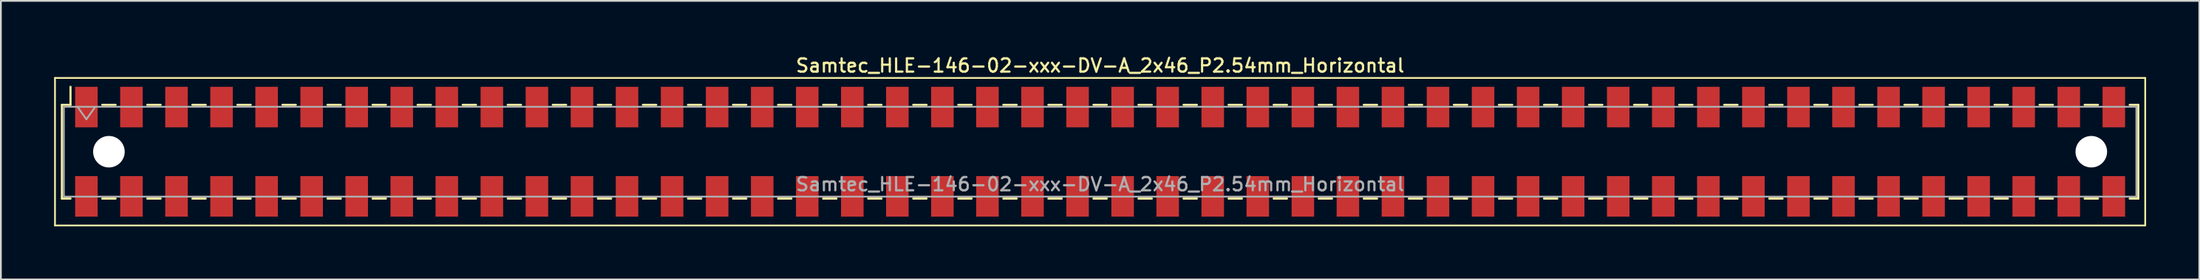
<source format=kicad_pcb>
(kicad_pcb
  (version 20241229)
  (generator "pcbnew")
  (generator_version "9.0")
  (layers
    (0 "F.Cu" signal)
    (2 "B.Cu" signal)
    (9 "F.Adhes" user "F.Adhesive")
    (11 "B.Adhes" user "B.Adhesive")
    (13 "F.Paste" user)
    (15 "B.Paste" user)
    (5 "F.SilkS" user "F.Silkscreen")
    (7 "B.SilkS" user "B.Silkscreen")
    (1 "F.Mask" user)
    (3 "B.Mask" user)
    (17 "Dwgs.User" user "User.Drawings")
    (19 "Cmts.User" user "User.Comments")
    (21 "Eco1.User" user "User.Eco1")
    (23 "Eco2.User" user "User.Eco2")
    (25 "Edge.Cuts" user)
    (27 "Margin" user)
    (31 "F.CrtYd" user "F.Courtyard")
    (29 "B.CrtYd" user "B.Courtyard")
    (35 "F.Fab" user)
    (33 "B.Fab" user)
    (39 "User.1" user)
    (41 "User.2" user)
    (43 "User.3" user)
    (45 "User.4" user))
  (footprint "Samtec_HLE-146-02-xxx-DV-A_2x46_P2.54mm_Horizontal"
    (layer "F.Cu")
    (at 58.97 5.528)
    (property "Reference" "Samtec_HLE-146-02-xxx-DV-A_2x46_P2.54mm_Horizontal" (at 0 -4.87 0) (layer "F.SilkS") (effects (font (size 0.75 0.75) (thickness 0.125))))
    (attr smd)
    (fp_line (start -58.92 -4.17) (end 58.92 -4.17) (stroke (width 0.1) (type solid)) (layer "F.SilkS"))
    (fp_line (start -58.92 4.17) (end -58.92 -4.17) (stroke (width 0.1) (type solid)) (layer "F.SilkS"))
    (fp_line (start -58.53 -2.65) (end -58.53 2.65) (stroke (width 0.12) (type solid)) (layer "F.SilkS"))
    (fp_line (start -58.53 2.65) (end -58.045 2.65) (stroke (width 0.12) (type solid)) (layer "F.SilkS"))
    (fp_line (start -58.045 -3.67) (end -58.045 -2.65) (stroke (width 0.12) (type solid)) (layer "F.SilkS"))
    (fp_line (start -58.045 -2.65) (end -58.53 -2.65) (stroke (width 0.12) (type solid)) (layer "F.SilkS"))
    (fp_line (start -56.255 -2.65) (end -55.505 -2.65) (stroke (width 0.12) (type solid)) (layer "F.SilkS"))
    (fp_line (start -56.255 2.65) (end -55.505 2.65) (stroke (width 0.12) (type solid)) (layer "F.SilkS"))
    (fp_line (start -53.715 -2.65) (end -52.965 -2.65) (stroke (width 0.12) (type solid)) (layer "F.SilkS"))
    (fp_line (start -53.715 2.65) (end -52.965 2.65) (stroke (width 0.12) (type solid)) (layer "F.SilkS"))
    (fp_line (start -51.175 -2.65) (end -50.425 -2.65) (stroke (width 0.12) (type solid)) (layer "F.SilkS"))
    (fp_line (start -51.175 2.65) (end -50.425 2.65) (stroke (width 0.12) (type solid)) (layer "F.SilkS"))
    (fp_line (start -48.635 -2.65) (end -47.885 -2.65) (stroke (width 0.12) (type solid)) (layer "F.SilkS"))
    (fp_line (start -48.635 2.65) (end -47.885 2.65) (stroke (width 0.12) (type solid)) (layer "F.SilkS"))
    (fp_line (start -46.095 -2.65) (end -45.345 -2.65) (stroke (width 0.12) (type solid)) (layer "F.SilkS"))
    (fp_line (start -46.095 2.65) (end -45.345 2.65) (stroke (width 0.12) (type solid)) (layer "F.SilkS"))
    (fp_line (start -43.555 -2.65) (end -42.805 -2.65) (stroke (width 0.12) (type solid)) (layer "F.SilkS"))
    (fp_line (start -43.555 2.65) (end -42.805 2.65) (stroke (width 0.12) (type solid)) (layer "F.SilkS"))
    (fp_line (start -41.015 -2.65) (end -40.265 -2.65) (stroke (width 0.12) (type solid)) (layer "F.SilkS"))
    (fp_line (start -41.015 2.65) (end -40.265 2.65) (stroke (width 0.12) (type solid)) (layer "F.SilkS"))
    (fp_line (start -38.475 -2.65) (end -37.725 -2.65) (stroke (width 0.12) (type solid)) (layer "F.SilkS"))
    (fp_line (start -38.475 2.65) (end -37.725 2.65) (stroke (width 0.12) (type solid)) (layer "F.SilkS"))
    (fp_line (start -35.935 -2.65) (end -35.185 -2.65) (stroke (width 0.12) (type solid)) (layer "F.SilkS"))
    (fp_line (start -35.935 2.65) (end -35.185 2.65) (stroke (width 0.12) (type solid)) (layer "F.SilkS"))
    (fp_line (start -33.395 -2.65) (end -32.645 -2.65) (stroke (width 0.12) (type solid)) (layer "F.SilkS"))
    (fp_line (start -33.395 2.65) (end -32.645 2.65) (stroke (width 0.12) (type solid)) (layer "F.SilkS"))
    (fp_line (start -30.855 -2.65) (end -30.105 -2.65) (stroke (width 0.12) (type solid)) (layer "F.SilkS"))
    (fp_line (start -30.855 2.65) (end -30.105 2.65) (stroke (width 0.12) (type solid)) (layer "F.SilkS"))
    (fp_line (start -28.315 -2.65) (end -27.565 -2.65) (stroke (width 0.12) (type solid)) (layer "F.SilkS"))
    (fp_line (start -28.315 2.65) (end -27.565 2.65) (stroke (width 0.12) (type solid)) (layer "F.SilkS"))
    (fp_line (start -25.775 -2.65) (end -25.025 -2.65) (stroke (width 0.12) (type solid)) (layer "F.SilkS"))
    (fp_line (start -25.775 2.65) (end -25.025 2.65) (stroke (width 0.12) (type solid)) (layer "F.SilkS"))
    (fp_line (start -23.235 -2.65) (end -22.485 -2.65) (stroke (width 0.12) (type solid)) (layer "F.SilkS"))
    (fp_line (start -23.235 2.65) (end -22.485 2.65) (stroke (width 0.12) (type solid)) (layer "F.SilkS"))
    (fp_line (start -20.695 -2.65) (end -19.945 -2.65) (stroke (width 0.12) (type solid)) (layer "F.SilkS"))
    (fp_line (start -20.695 2.65) (end -19.945 2.65) (stroke (width 0.12) (type solid)) (layer "F.SilkS"))
    (fp_line (start -18.155 -2.65) (end -17.405 -2.65) (stroke (width 0.12) (type solid)) (layer "F.SilkS"))
    (fp_line (start -18.155 2.65) (end -17.405 2.65) (stroke (width 0.12) (type solid)) (layer "F.SilkS"))
    (fp_line (start -15.615 -2.65) (end -14.865 -2.65) (stroke (width 0.12) (type solid)) (layer "F.SilkS"))
    (fp_line (start -15.615 2.65) (end -14.865 2.65) (stroke (width 0.12) (type solid)) (layer "F.SilkS"))
    (fp_line (start -13.075 -2.65) (end -12.325 -2.65) (stroke (width 0.12) (type solid)) (layer "F.SilkS"))
    (fp_line (start -13.075 2.65) (end -12.325 2.65) (stroke (width 0.12) (type solid)) (layer "F.SilkS"))
    (fp_line (start -10.535 -2.65) (end -9.785 -2.65) (stroke (width 0.12) (type solid)) (layer "F.SilkS"))
    (fp_line (start -10.535 2.65) (end -9.785 2.65) (stroke (width 0.12) (type solid)) (layer "F.SilkS"))
    (fp_line (start -7.995 -2.65) (end -7.245 -2.65) (stroke (width 0.12) (type solid)) (layer "F.SilkS"))
    (fp_line (start -7.995 2.65) (end -7.245 2.65) (stroke (width 0.12) (type solid)) (layer "F.SilkS"))
    (fp_line (start -5.455 -2.65) (end -4.705 -2.65) (stroke (width 0.12) (type solid)) (layer "F.SilkS"))
    (fp_line (start -5.455 2.65) (end -4.705 2.65) (stroke (width 0.12) (type solid)) (layer "F.SilkS"))
    (fp_line (start -2.915 -2.65) (end -2.165 -2.65) (stroke (width 0.12) (type solid)) (layer "F.SilkS"))
    (fp_line (start -2.915 2.65) (end -2.165 2.65) (stroke (width 0.12) (type solid)) (layer "F.SilkS"))
    (fp_line (start -0.375 -2.65) (end 0.375 -2.65) (stroke (width 0.12) (type solid)) (layer "F.SilkS"))
    (fp_line (start -0.375 2.65) (end 0.375 2.65) (stroke (width 0.12) (type solid)) (layer "F.SilkS"))
    (fp_line (start 2.165 -2.65) (end 2.915 -2.65) (stroke (width 0.12) (type solid)) (layer "F.SilkS"))
    (fp_line (start 2.165 2.65) (end 2.915 2.65) (stroke (width 0.12) (type solid)) (layer "F.SilkS"))
    (fp_line (start 4.705 -2.65) (end 5.455 -2.65) (stroke (width 0.12) (type solid)) (layer "F.SilkS"))
    (fp_line (start 4.705 2.65) (end 5.455 2.65) (stroke (width 0.12) (type solid)) (layer "F.SilkS"))
    (fp_line (start 7.245 -2.65) (end 7.995 -2.65) (stroke (width 0.12) (type solid)) (layer "F.SilkS"))
    (fp_line (start 7.245 2.65) (end 7.995 2.65) (stroke (width 0.12) (type solid)) (layer "F.SilkS"))
    (fp_line (start 9.785 -2.65) (end 10.535 -2.65) (stroke (width 0.12) (type solid)) (layer "F.SilkS"))
    (fp_line (start 9.785 2.65) (end 10.535 2.65) (stroke (width 0.12) (type solid)) (layer "F.SilkS"))
    (fp_line (start 12.325 -2.65) (end 13.075 -2.65) (stroke (width 0.12) (type solid)) (layer "F.SilkS"))
    (fp_line (start 12.325 2.65) (end 13.075 2.65) (stroke (width 0.12) (type solid)) (layer "F.SilkS"))
    (fp_line (start 14.865 -2.65) (end 15.615 -2.65) (stroke (width 0.12) (type solid)) (layer "F.SilkS"))
    (fp_line (start 14.865 2.65) (end 15.615 2.65) (stroke (width 0.12) (type solid)) (layer "F.SilkS"))
    (fp_line (start 17.405 -2.65) (end 18.155 -2.65) (stroke (width 0.12) (type solid)) (layer "F.SilkS"))
    (fp_line (start 17.405 2.65) (end 18.155 2.65) (stroke (width 0.12) (type solid)) (layer "F.SilkS"))
    (fp_line (start 19.945 -2.65) (end 20.695 -2.65) (stroke (width 0.12) (type solid)) (layer "F.SilkS"))
    (fp_line (start 19.945 2.65) (end 20.695 2.65) (stroke (width 0.12) (type solid)) (layer "F.SilkS"))
    (fp_line (start 22.485 -2.65) (end 23.235 -2.65) (stroke (width 0.12) (type solid)) (layer "F.SilkS"))
    (fp_line (start 22.485 2.65) (end 23.235 2.65) (stroke (width 0.12) (type solid)) (layer "F.SilkS"))
    (fp_line (start 25.025 -2.65) (end 25.775 -2.65) (stroke (width 0.12) (type solid)) (layer "F.SilkS"))
    (fp_line (start 25.025 2.65) (end 25.775 2.65) (stroke (width 0.12) (type solid)) (layer "F.SilkS"))
    (fp_line (start 27.565 -2.65) (end 28.315 -2.65) (stroke (width 0.12) (type solid)) (layer "F.SilkS"))
    (fp_line (start 27.565 2.65) (end 28.315 2.65) (stroke (width 0.12) (type solid)) (layer "F.SilkS"))
    (fp_line (start 30.105 -2.65) (end 30.855 -2.65) (stroke (width 0.12) (type solid)) (layer "F.SilkS"))
    (fp_line (start 30.105 2.65) (end 30.855 2.65) (stroke (width 0.12) (type solid)) (layer "F.SilkS"))
    (fp_line (start 32.645 -2.65) (end 33.395 -2.65) (stroke (width 0.12) (type solid)) (layer "F.SilkS"))
    (fp_line (start 32.645 2.65) (end 33.395 2.65) (stroke (width 0.12) (type solid)) (layer "F.SilkS"))
    (fp_line (start 35.185 -2.65) (end 35.935 -2.65) (stroke (width 0.12) (type solid)) (layer "F.SilkS"))
    (fp_line (start 35.185 2.65) (end 35.935 2.65) (stroke (width 0.12) (type solid)) (layer "F.SilkS"))
    (fp_line (start 37.725 -2.65) (end 38.475 -2.65) (stroke (width 0.12) (type solid)) (layer "F.SilkS"))
    (fp_line (start 37.725 2.65) (end 38.475 2.65) (stroke (width 0.12) (type solid)) (layer "F.SilkS"))
    (fp_line (start 40.265 -2.65) (end 41.015 -2.65) (stroke (width 0.12) (type solid)) (layer "F.SilkS"))
    (fp_line (start 40.265 2.65) (end 41.015 2.65) (stroke (width 0.12) (type solid)) (layer "F.SilkS"))
    (fp_line (start 42.805 -2.65) (end 43.555 -2.65) (stroke (width 0.12) (type solid)) (layer "F.SilkS"))
    (fp_line (start 42.805 2.65) (end 43.555 2.65) (stroke (width 0.12) (type solid)) (layer "F.SilkS"))
    (fp_line (start 45.345 -2.65) (end 46.095 -2.65) (stroke (width 0.12) (type solid)) (layer "F.SilkS"))
    (fp_line (start 45.345 2.65) (end 46.095 2.65) (stroke (width 0.12) (type solid)) (layer "F.SilkS"))
    (fp_line (start 47.885 -2.65) (end 48.635 -2.65) (stroke (width 0.12) (type solid)) (layer "F.SilkS"))
    (fp_line (start 47.885 2.65) (end 48.635 2.65) (stroke (width 0.12) (type solid)) (layer "F.SilkS"))
    (fp_line (start 50.425 -2.65) (end 51.175 -2.65) (stroke (width 0.12) (type solid)) (layer "F.SilkS"))
    (fp_line (start 50.425 2.65) (end 51.175 2.65) (stroke (width 0.12) (type solid)) (layer "F.SilkS"))
    (fp_line (start 52.965 -2.65) (end 53.715 -2.65) (stroke (width 0.12) (type solid)) (layer "F.SilkS"))
    (fp_line (start 52.965 2.65) (end 53.715 2.65) (stroke (width 0.12) (type solid)) (layer "F.SilkS"))
    (fp_line (start 55.505 -2.65) (end 56.255 -2.65) (stroke (width 0.12) (type solid)) (layer "F.SilkS"))
    (fp_line (start 55.505 2.65) (end 56.255 2.65) (stroke (width 0.12) (type solid)) (layer "F.SilkS"))
    (fp_line (start 58.045 -2.65) (end 58.53 -2.65) (stroke (width 0.12) (type solid)) (layer "F.SilkS"))
    (fp_line (start 58.53 -2.65) (end 58.53 2.65) (stroke (width 0.12) (type solid)) (layer "F.SilkS"))
    (fp_line (start 58.53 2.65) (end 58.045 2.65) (stroke (width 0.12) (type solid)) (layer "F.SilkS"))
    (fp_line (start 58.92 -4.17) (end 58.92 4.17) (stroke (width 0.1) (type solid)) (layer "F.SilkS"))
    (fp_line (start 58.92 4.17) (end -58.92 4.17) (stroke (width 0.1) (type solid)) (layer "F.SilkS"))
    (fp_line (start -58.42 -2.54) (end 58.42 -2.54) (stroke (width 0.1) (type solid)) (layer "F.Fab"))
    (fp_line (start -58.42 2.54) (end -58.42 -2.54) (stroke (width 0.1) (type solid)) (layer "F.Fab"))
    (fp_line (start -57.65 -2.54) (end -57.15 -1.833) (stroke (width 0.1) (type solid)) (layer "F.Fab"))
    (fp_line (start -57.15 -1.833) (end -56.65 -2.54) (stroke (width 0.1) (type solid)) (layer "F.Fab"))
    (fp_line (start 58.42 -2.54) (end 58.42 2.54) (stroke (width 0.1) (type solid)) (layer "F.Fab"))
    (fp_line (start 58.42 2.54) (end -58.42 2.54) (stroke (width 0.1) (type solid)) (layer "F.Fab"))
    (fp_text user "${REFERENCE}" (at 0 1.84 0) (layer "F.Fab") (effects (font (size 0.75 0.75) (thickness 0.125))))
    (pad "" np_thru_hole circle (at -55.88 0) (size 1.78 1.78) (drill 1.78) (layers "*.Cu" "*.Mask"))
    (pad "" np_thru_hole circle (at 55.88 0) (size 1.78 1.78) (drill 1.78) (layers "*.Cu" "*.Mask"))
    (pad "1" smd rect (at -57.15 -2.525) (size 1.27 2.29) (layers "F.Cu" "F.Mask" "F.Paste"))
    (pad "2" smd rect (at -57.15 2.525) (size 1.27 2.29) (layers "F.Cu" "F.Mask" "F.Paste"))
    (pad "3" smd rect (at -54.61 -2.525) (size 1.27 2.29) (layers "F.Cu" "F.Mask" "F.Paste"))
    (pad "4" smd rect (at -54.61 2.525) (size 1.27 2.29) (layers "F.Cu" "F.Mask" "F.Paste"))
    (pad "5" smd rect (at -52.07 -2.525) (size 1.27 2.29) (layers "F.Cu" "F.Mask" "F.Paste"))
    (pad "6" smd rect (at -52.07 2.525) (size 1.27 2.29) (layers "F.Cu" "F.Mask" "F.Paste"))
    (pad "7" smd rect (at -49.53 -2.525) (size 1.27 2.29) (layers "F.Cu" "F.Mask" "F.Paste"))
    (pad "8" smd rect (at -49.53 2.525) (size 1.27 2.29) (layers "F.Cu" "F.Mask" "F.Paste"))
    (pad "9" smd rect (at -46.99 -2.525) (size 1.27 2.29) (layers "F.Cu" "F.Mask" "F.Paste"))
    (pad "10" smd rect (at -46.99 2.525) (size 1.27 2.29) (layers "F.Cu" "F.Mask" "F.Paste"))
    (pad "11" smd rect (at -44.45 -2.525) (size 1.27 2.29) (layers "F.Cu" "F.Mask" "F.Paste"))
    (pad "12" smd rect (at -44.45 2.525) (size 1.27 2.29) (layers "F.Cu" "F.Mask" "F.Paste"))
    (pad "13" smd rect (at -41.91 -2.525) (size 1.27 2.29) (layers "F.Cu" "F.Mask" "F.Paste"))
    (pad "14" smd rect (at -41.91 2.525) (size 1.27 2.29) (layers "F.Cu" "F.Mask" "F.Paste"))
    (pad "15" smd rect (at -39.37 -2.525) (size 1.27 2.29) (layers "F.Cu" "F.Mask" "F.Paste"))
    (pad "16" smd rect (at -39.37 2.525) (size 1.27 2.29) (layers "F.Cu" "F.Mask" "F.Paste"))
    (pad "17" smd rect (at -36.83 -2.525) (size 1.27 2.29) (layers "F.Cu" "F.Mask" "F.Paste"))
    (pad "18" smd rect (at -36.83 2.525) (size 1.27 2.29) (layers "F.Cu" "F.Mask" "F.Paste"))
    (pad "19" smd rect (at -34.29 -2.525) (size 1.27 2.29) (layers "F.Cu" "F.Mask" "F.Paste"))
    (pad "20" smd rect (at -34.29 2.525) (size 1.27 2.29) (layers "F.Cu" "F.Mask" "F.Paste"))
    (pad "21" smd rect (at -31.75 -2.525) (size 1.27 2.29) (layers "F.Cu" "F.Mask" "F.Paste"))
    (pad "22" smd rect (at -31.75 2.525) (size 1.27 2.29) (layers "F.Cu" "F.Mask" "F.Paste"))
    (pad "23" smd rect (at -29.21 -2.525) (size 1.27 2.29) (layers "F.Cu" "F.Mask" "F.Paste"))
    (pad "24" smd rect (at -29.21 2.525) (size 1.27 2.29) (layers "F.Cu" "F.Mask" "F.Paste"))
    (pad "25" smd rect (at -26.67 -2.525) (size 1.27 2.29) (layers "F.Cu" "F.Mask" "F.Paste"))
    (pad "26" smd rect (at -26.67 2.525) (size 1.27 2.29) (layers "F.Cu" "F.Mask" "F.Paste"))
    (pad "27" smd rect (at -24.13 -2.525) (size 1.27 2.29) (layers "F.Cu" "F.Mask" "F.Paste"))
    (pad "28" smd rect (at -24.13 2.525) (size 1.27 2.29) (layers "F.Cu" "F.Mask" "F.Paste"))
    (pad "29" smd rect (at -21.59 -2.525) (size 1.27 2.29) (layers "F.Cu" "F.Mask" "F.Paste"))
    (pad "30" smd rect (at -21.59 2.525) (size 1.27 2.29) (layers "F.Cu" "F.Mask" "F.Paste"))
    (pad "31" smd rect (at -19.05 -2.525) (size 1.27 2.29) (layers "F.Cu" "F.Mask" "F.Paste"))
    (pad "32" smd rect (at -19.05 2.525) (size 1.27 2.29) (layers "F.Cu" "F.Mask" "F.Paste"))
    (pad "33" smd rect (at -16.51 -2.525) (size 1.27 2.29) (layers "F.Cu" "F.Mask" "F.Paste"))
    (pad "34" smd rect (at -16.51 2.525) (size 1.27 2.29) (layers "F.Cu" "F.Mask" "F.Paste"))
    (pad "35" smd rect (at -13.97 -2.525) (size 1.27 2.29) (layers "F.Cu" "F.Mask" "F.Paste"))
    (pad "36" smd rect (at -13.97 2.525) (size 1.27 2.29) (layers "F.Cu" "F.Mask" "F.Paste"))
    (pad "37" smd rect (at -11.43 -2.525) (size 1.27 2.29) (layers "F.Cu" "F.Mask" "F.Paste"))
    (pad "38" smd rect (at -11.43 2.525) (size 1.27 2.29) (layers "F.Cu" "F.Mask" "F.Paste"))
    (pad "39" smd rect (at -8.89 -2.525) (size 1.27 2.29) (layers "F.Cu" "F.Mask" "F.Paste"))
    (pad "40" smd rect (at -8.89 2.525) (size 1.27 2.29) (layers "F.Cu" "F.Mask" "F.Paste"))
    (pad "41" smd rect (at -6.35 -2.525) (size 1.27 2.29) (layers "F.Cu" "F.Mask" "F.Paste"))
    (pad "42" smd rect (at -6.35 2.525) (size 1.27 2.29) (layers "F.Cu" "F.Mask" "F.Paste"))
    (pad "43" smd rect (at -3.81 -2.525) (size 1.27 2.29) (layers "F.Cu" "F.Mask" "F.Paste"))
    (pad "44" smd rect (at -3.81 2.525) (size 1.27 2.29) (layers "F.Cu" "F.Mask" "F.Paste"))
    (pad "45" smd rect (at -1.27 -2.525) (size 1.27 2.29) (layers "F.Cu" "F.Mask" "F.Paste"))
    (pad "46" smd rect (at -1.27 2.525) (size 1.27 2.29) (layers "F.Cu" "F.Mask" "F.Paste"))
    (pad "47" smd rect (at 1.27 -2.525) (size 1.27 2.29) (layers "F.Cu" "F.Mask" "F.Paste"))
    (pad "48" smd rect (at 1.27 2.525) (size 1.27 2.29) (layers "F.Cu" "F.Mask" "F.Paste"))
    (pad "49" smd rect (at 3.81 -2.525) (size 1.27 2.29) (layers "F.Cu" "F.Mask" "F.Paste"))
    (pad "50" smd rect (at 3.81 2.525) (size 1.27 2.29) (layers "F.Cu" "F.Mask" "F.Paste"))
    (pad "51" smd rect (at 6.35 -2.525) (size 1.27 2.29) (layers "F.Cu" "F.Mask" "F.Paste"))
    (pad "52" smd rect (at 6.35 2.525) (size 1.27 2.29) (layers "F.Cu" "F.Mask" "F.Paste"))
    (pad "53" smd rect (at 8.89 -2.525) (size 1.27 2.29) (layers "F.Cu" "F.Mask" "F.Paste"))
    (pad "54" smd rect (at 8.89 2.525) (size 1.27 2.29) (layers "F.Cu" "F.Mask" "F.Paste"))
    (pad "55" smd rect (at 11.43 -2.525) (size 1.27 2.29) (layers "F.Cu" "F.Mask" "F.Paste"))
    (pad "56" smd rect (at 11.43 2.525) (size 1.27 2.29) (layers "F.Cu" "F.Mask" "F.Paste"))
    (pad "57" smd rect (at 13.97 -2.525) (size 1.27 2.29) (layers "F.Cu" "F.Mask" "F.Paste"))
    (pad "58" smd rect (at 13.97 2.525) (size 1.27 2.29) (layers "F.Cu" "F.Mask" "F.Paste"))
    (pad "59" smd rect (at 16.51 -2.525) (size 1.27 2.29) (layers "F.Cu" "F.Mask" "F.Paste"))
    (pad "60" smd rect (at 16.51 2.525) (size 1.27 2.29) (layers "F.Cu" "F.Mask" "F.Paste"))
    (pad "61" smd rect (at 19.05 -2.525) (size 1.27 2.29) (layers "F.Cu" "F.Mask" "F.Paste"))
    (pad "62" smd rect (at 19.05 2.525) (size 1.27 2.29) (layers "F.Cu" "F.Mask" "F.Paste"))
    (pad "63" smd rect (at 21.59 -2.525) (size 1.27 2.29) (layers "F.Cu" "F.Mask" "F.Paste"))
    (pad "64" smd rect (at 21.59 2.525) (size 1.27 2.29) (layers "F.Cu" "F.Mask" "F.Paste"))
    (pad "65" smd rect (at 24.13 -2.525) (size 1.27 2.29) (layers "F.Cu" "F.Mask" "F.Paste"))
    (pad "66" smd rect (at 24.13 2.525) (size 1.27 2.29) (layers "F.Cu" "F.Mask" "F.Paste"))
    (pad "67" smd rect (at 26.67 -2.525) (size 1.27 2.29) (layers "F.Cu" "F.Mask" "F.Paste"))
    (pad "68" smd rect (at 26.67 2.525) (size 1.27 2.29) (layers "F.Cu" "F.Mask" "F.Paste"))
    (pad "69" smd rect (at 29.21 -2.525) (size 1.27 2.29) (layers "F.Cu" "F.Mask" "F.Paste"))
    (pad "70" smd rect (at 29.21 2.525) (size 1.27 2.29) (layers "F.Cu" "F.Mask" "F.Paste"))
    (pad "71" smd rect (at 31.75 -2.525) (size 1.27 2.29) (layers "F.Cu" "F.Mask" "F.Paste"))
    (pad "72" smd rect (at 31.75 2.525) (size 1.27 2.29) (layers "F.Cu" "F.Mask" "F.Paste"))
    (pad "73" smd rect (at 34.29 -2.525) (size 1.27 2.29) (layers "F.Cu" "F.Mask" "F.Paste"))
    (pad "74" smd rect (at 34.29 2.525) (size 1.27 2.29) (layers "F.Cu" "F.Mask" "F.Paste"))
    (pad "75" smd rect (at 36.83 -2.525) (size 1.27 2.29) (layers "F.Cu" "F.Mask" "F.Paste"))
    (pad "76" smd rect (at 36.83 2.525) (size 1.27 2.29) (layers "F.Cu" "F.Mask" "F.Paste"))
    (pad "77" smd rect (at 39.37 -2.525) (size 1.27 2.29) (layers "F.Cu" "F.Mask" "F.Paste"))
    (pad "78" smd rect (at 39.37 2.525) (size 1.27 2.29) (layers "F.Cu" "F.Mask" "F.Paste"))
    (pad "79" smd rect (at 41.91 -2.525) (size 1.27 2.29) (layers "F.Cu" "F.Mask" "F.Paste"))
    (pad "80" smd rect (at 41.91 2.525) (size 1.27 2.29) (layers "F.Cu" "F.Mask" "F.Paste"))
    (pad "81" smd rect (at 44.45 -2.525) (size 1.27 2.29) (layers "F.Cu" "F.Mask" "F.Paste"))
    (pad "82" smd rect (at 44.45 2.525) (size 1.27 2.29) (layers "F.Cu" "F.Mask" "F.Paste"))
    (pad "83" smd rect (at 46.99 -2.525) (size 1.27 2.29) (layers "F.Cu" "F.Mask" "F.Paste"))
    (pad "84" smd rect (at 46.99 2.525) (size 1.27 2.29) (layers "F.Cu" "F.Mask" "F.Paste"))
    (pad "85" smd rect (at 49.53 -2.525) (size 1.27 2.29) (layers "F.Cu" "F.Mask" "F.Paste"))
    (pad "86" smd rect (at 49.53 2.525) (size 1.27 2.29) (layers "F.Cu" "F.Mask" "F.Paste"))
    (pad "87" smd rect (at 52.07 -2.525) (size 1.27 2.29) (layers "F.Cu" "F.Mask" "F.Paste"))
    (pad "88" smd rect (at 52.07 2.525) (size 1.27 2.29) (layers "F.Cu" "F.Mask" "F.Paste"))
    (pad "89" smd rect (at 54.61 -2.525) (size 1.27 2.29) (layers "F.Cu" "F.Mask" "F.Paste"))
    (pad "90" smd rect (at 54.61 2.525) (size 1.27 2.29) (layers "F.Cu" "F.Mask" "F.Paste"))
    (pad "91" smd rect (at 57.15 -2.525) (size 1.27 2.29) (layers "F.Cu" "F.Mask" "F.Paste"))
    (pad "92" smd rect (at 57.15 2.525) (size 1.27 2.29) (layers "F.Cu" "F.Mask" "F.Paste")))
  (gr_rect
    (start -3 -3)
    (end 120.94 12.748)
    (stroke (width 0.1) (type default))
    (fill no)
    (layer "Edge.Cuts")))
</source>
